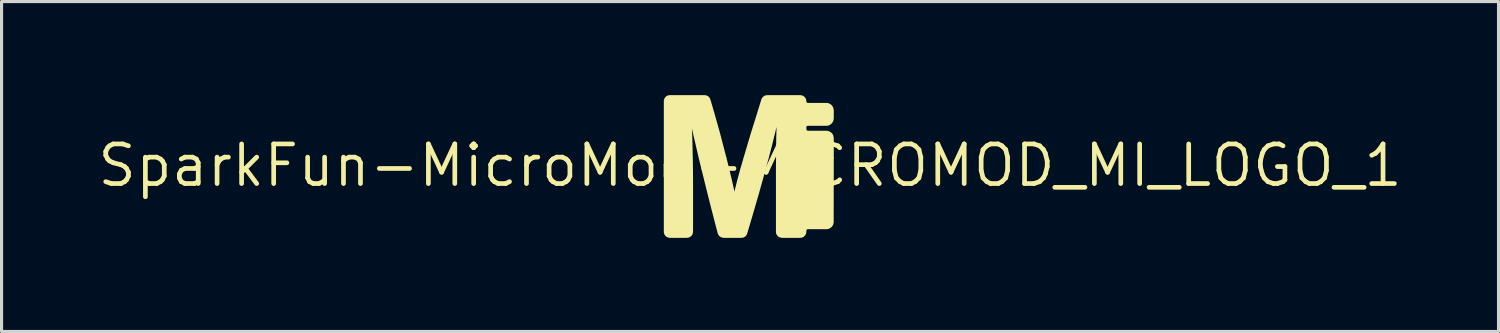
<source format=kicad_pcb>
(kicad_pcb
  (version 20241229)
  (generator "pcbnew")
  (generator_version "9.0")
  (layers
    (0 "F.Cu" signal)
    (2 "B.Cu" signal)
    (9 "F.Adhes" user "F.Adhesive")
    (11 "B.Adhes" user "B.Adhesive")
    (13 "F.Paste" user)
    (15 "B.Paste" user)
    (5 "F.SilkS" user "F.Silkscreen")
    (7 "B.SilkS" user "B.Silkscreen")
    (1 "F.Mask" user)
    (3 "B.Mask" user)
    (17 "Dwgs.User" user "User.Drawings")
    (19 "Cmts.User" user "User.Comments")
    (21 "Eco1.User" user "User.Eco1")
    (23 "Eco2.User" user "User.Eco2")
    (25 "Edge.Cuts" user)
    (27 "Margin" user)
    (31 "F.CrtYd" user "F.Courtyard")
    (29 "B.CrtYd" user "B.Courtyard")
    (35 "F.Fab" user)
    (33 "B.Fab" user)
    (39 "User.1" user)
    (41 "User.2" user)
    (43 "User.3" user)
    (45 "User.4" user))
  (footprint "SparkFun-MicroMod-MICROMOD_MI_LOGO_1"
    (layer "F.Cu")
    (at 20.993 2.254)
    (property "Reference" "SparkFun-MicroMod-MICROMOD_MI_LOGO_1" (at 0 0 0) (layer "F.SilkS") (effects (font (size 1.27 1.27) (thickness 0.15))))
    (attr exclude_from_pos_files exclude_from_bom)
    (fp_poly (pts (xy -2.715 -0.236) (xy -2.715 2.144) (xy -2.7 2.192) (xy -2.667 2.235) (xy -2.621 2.261) (xy -2.57 2.271) (xy -2.04 2.271) (xy -1.989 2.266) (xy -1.941 2.245) (xy -1.902 2.207) (xy -1.882 2.159) (xy -1.877 2.106) (xy -1.877 0.518) (xy -1.88 0.097) (xy -1.885 -0.218) (xy -1.923 -0.236) (xy -2.715 -0.236)) (stroke (width 0.099) (type solid)) (fill yes) (layer "F.SilkS"))
    (fp_poly (pts (xy 2.634 -0.236) (xy 0.894 -0.236) (xy 0.881 -0.196) (xy 0.879 0.119) (xy 0.879 2.123) (xy 0.886 2.177) (xy 0.914 2.22) (xy 0.955 2.253) (xy 1.006 2.268) (xy 1.057 2.271) (xy 1.585 2.271) (xy 1.638 2.268) (xy 1.687 2.248) (xy 1.725 2.212) (xy 1.75 2.167) (xy 1.755 2.113) (xy 1.758 2.062) (xy 1.783 2.017) (xy 1.829 1.994) (xy 2.464 1.994) (xy 2.515 1.981) (xy 2.56 1.953) (xy 2.596 1.918) (xy 2.621 1.869) (xy 2.631 1.819) (xy 2.634 -0.183) (xy 2.634 -0.236)) (stroke (width 0.099) (type solid)) (fill yes) (layer "F.SilkS"))
    (fp_poly (pts (xy -2.573 -2.205) (xy -2.624 -2.197) (xy -2.667 -2.169) (xy -2.7 -2.126) (xy -2.715 -2.075) (xy -2.715 -0.279) (xy -2.705 -0.236) (xy -1.913 -0.236) (xy -1.887 -0.262) (xy -1.895 -0.686) (xy -1.905 -1.003) (xy -1.923 -1.372) (xy -1.935 -1.582) (xy -1.897 -1.575) (xy -1.854 -1.367) (xy -1.773 -1.006) (xy -1.605 -0.284) (xy -1.59 -0.236) (xy -0.851 -0.236) (xy -0.808 -0.244) (xy -0.902 -0.605) (xy -1.008 -1.013) (xy -1.079 -1.267) (xy -1.194 -1.674) (xy -1.313 -2.08) (xy -1.331 -2.131) (xy -1.364 -2.172) (xy -1.41 -2.197) (xy -1.46 -2.205) (xy -2.573 -2.205)) (stroke (width 0.099) (type solid)) (fill yes) (layer "F.SilkS"))
    (fp_poly (pts (xy -0.808 -0.236) (xy -1.547 -0.236) (xy -1.593 -0.231) (xy -1.43 0.432) (xy -1.29 0.996) (xy -1.107 1.712) (xy -0.986 2.172) (xy -0.96 2.217) (xy -0.919 2.25) (xy -0.871 2.268) (xy -0.818 2.271) (xy -0.29 2.271) (xy -0.236 2.266) (xy -0.191 2.243) (xy -0.155 2.202) (xy -0.135 2.154) (xy 0.015 1.648) (xy 0.221 0.94) (xy 0.378 0.381) (xy 0.544 -0.229) (xy 0.5 -0.236) (xy -0.132 -0.236) (xy -0.165 -0.213) (xy -0.269 0.14) (xy -0.366 0.498) (xy -0.442 0.803) (xy -0.478 0.958) (xy -0.495 1.062) (xy -0.511 1.046) (xy -0.561 0.787) (xy -0.643 0.427) (xy -0.742 0.018) (xy -0.78 -0.135) (xy -0.808 -0.236)) (stroke (width 0.099) (type solid)) (fill yes) (layer "F.SilkS"))
    (fp_poly (pts (xy -0.16 -0.236) (xy 0.526 -0.236) (xy 0.554 -0.267) (xy 0.635 -0.574) (xy 0.737 -0.986) (xy 0.8 -1.242) (xy 0.869 -1.549) (xy 0.904 -1.575) (xy 0.907 -1.527) (xy 0.899 -1.262) (xy 0.889 -0.892) (xy 0.881 -0.259) (xy 0.912 -0.236) (xy 2.603 -0.236) (xy 2.634 -0.259) (xy 2.634 -0.841) (xy 2.631 -0.892) (xy 2.621 -0.945) (xy 2.596 -0.991) (xy 2.558 -1.026) (xy 2.512 -1.052) (xy 2.459 -1.064) (xy 1.877 -1.064) (xy 1.826 -1.067) (xy 1.781 -1.092) (xy 1.758 -1.138) (xy 1.755 -1.242) (xy 1.775 -1.29) (xy 1.821 -1.318) (xy 1.872 -1.321) (xy 2.454 -1.321) (xy 2.507 -1.331) (xy 2.553 -1.356) (xy 2.591 -1.392) (xy 2.619 -1.438) (xy 2.631 -1.488) (xy 2.634 -1.539) (xy 2.634 -1.753) (xy 2.629 -1.803) (xy 2.611 -1.854) (xy 2.581 -1.897) (xy 2.54 -1.93) (xy 2.492 -1.951) (xy 2.438 -1.956) (xy 1.857 -1.956) (xy 1.806 -1.963) (xy 1.768 -1.999) (xy 1.755 -2.05) (xy 1.75 -2.101) (xy 1.725 -2.149) (xy 1.687 -2.182) (xy 1.638 -2.202) (xy 1.585 -2.205) (xy 0.579 -2.205) (xy 0.528 -2.202) (xy 0.478 -2.187) (xy 0.437 -2.151) (xy 0.411 -2.106) (xy 0.224 -1.501) (xy 0.081 -1.046) (xy -0.16 -0.236)) (stroke (width 0.099) (type solid)) (fill yes) (layer "F.SilkS")))
  (gr_rect
    (start -3 -3)
    (end 44.985 7.575)
    (stroke (width 0.1) (type default))
    (fill no)
    (layer "Edge.Cuts")))
</source>
